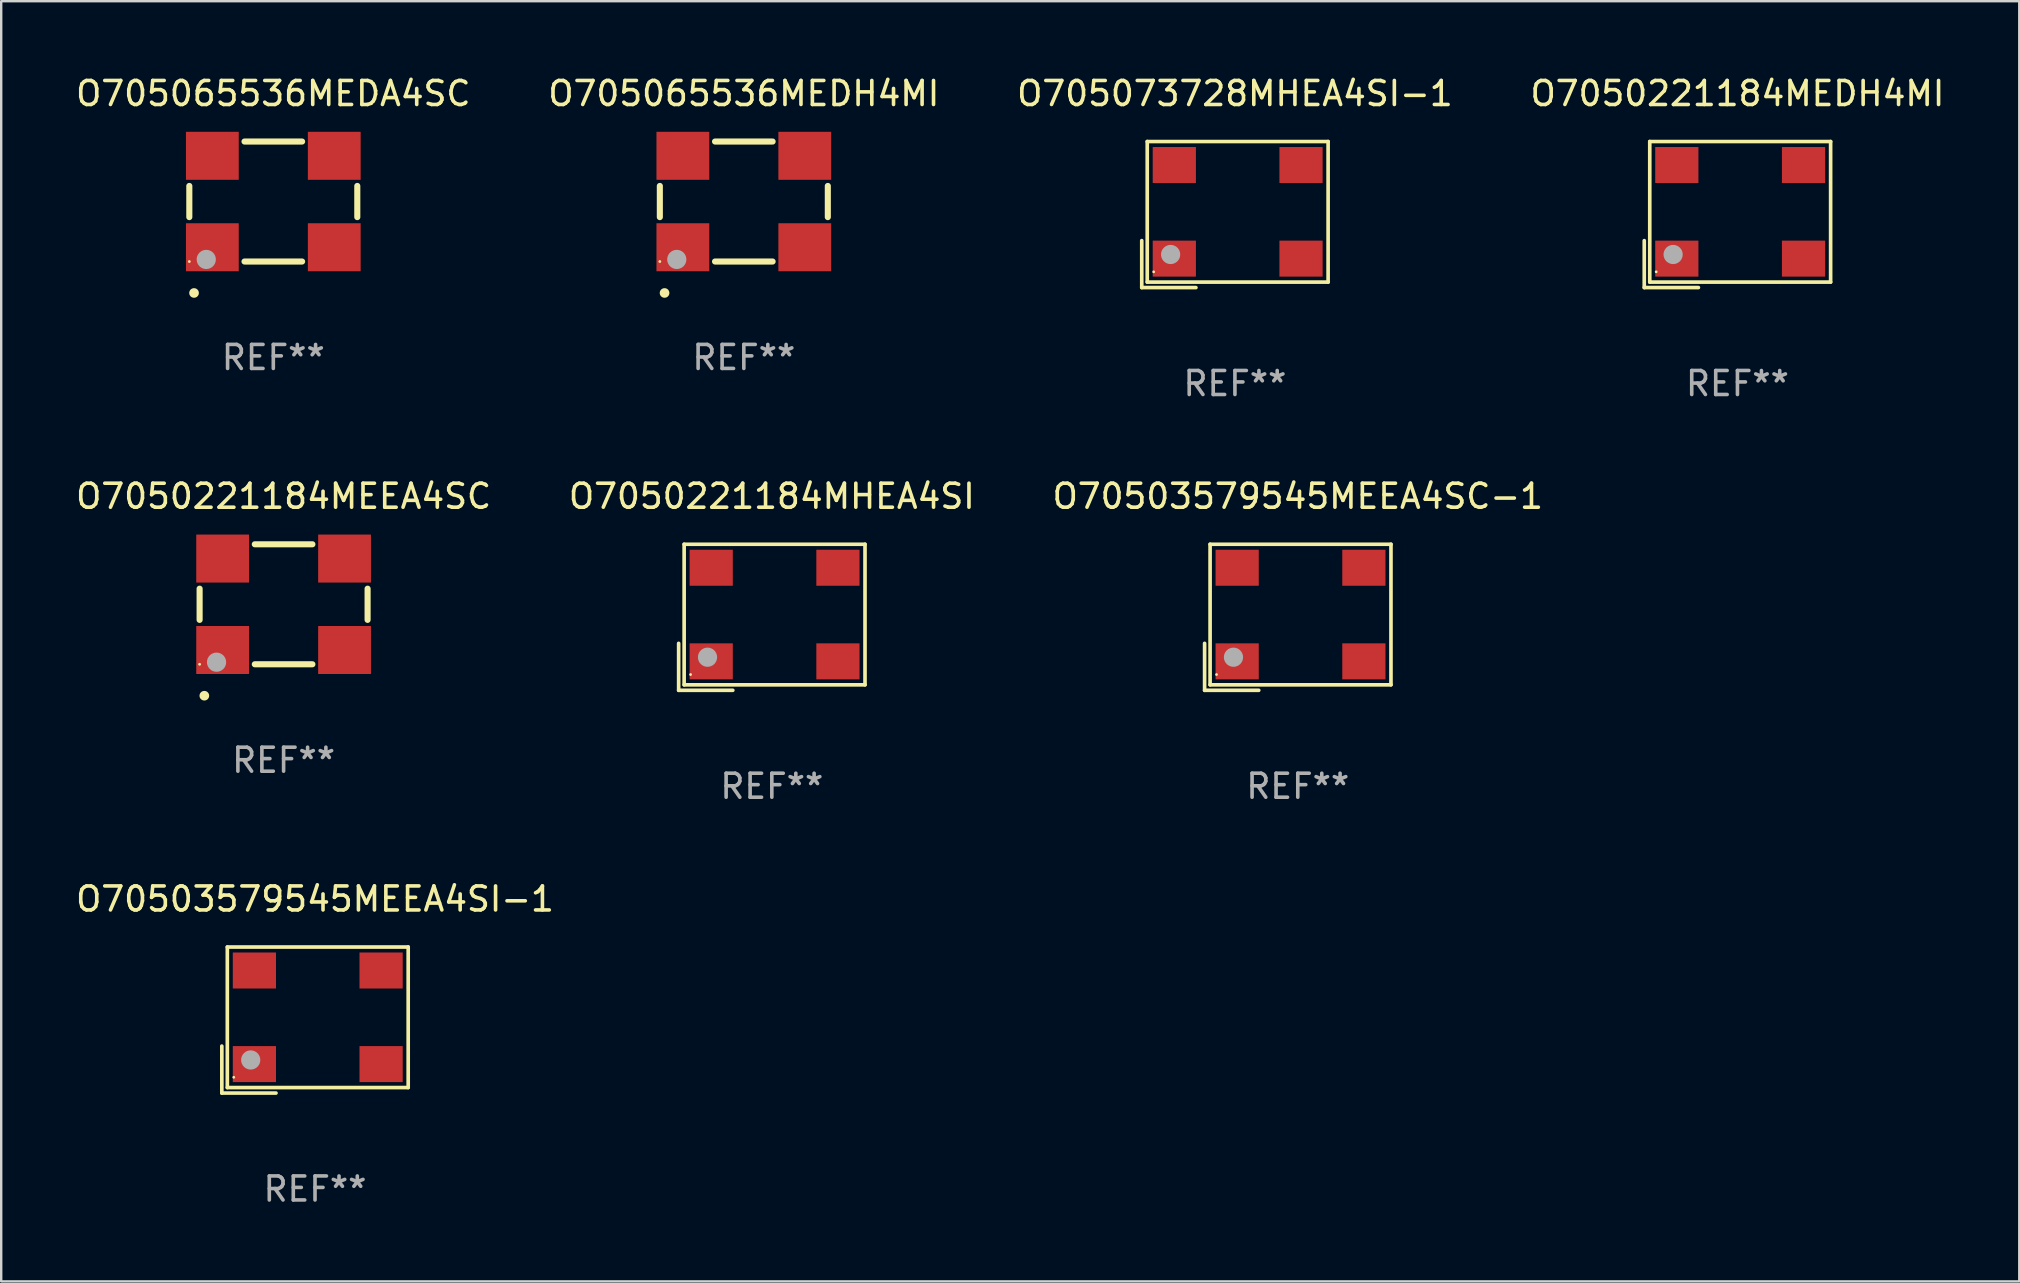
<source format=kicad_pcb>
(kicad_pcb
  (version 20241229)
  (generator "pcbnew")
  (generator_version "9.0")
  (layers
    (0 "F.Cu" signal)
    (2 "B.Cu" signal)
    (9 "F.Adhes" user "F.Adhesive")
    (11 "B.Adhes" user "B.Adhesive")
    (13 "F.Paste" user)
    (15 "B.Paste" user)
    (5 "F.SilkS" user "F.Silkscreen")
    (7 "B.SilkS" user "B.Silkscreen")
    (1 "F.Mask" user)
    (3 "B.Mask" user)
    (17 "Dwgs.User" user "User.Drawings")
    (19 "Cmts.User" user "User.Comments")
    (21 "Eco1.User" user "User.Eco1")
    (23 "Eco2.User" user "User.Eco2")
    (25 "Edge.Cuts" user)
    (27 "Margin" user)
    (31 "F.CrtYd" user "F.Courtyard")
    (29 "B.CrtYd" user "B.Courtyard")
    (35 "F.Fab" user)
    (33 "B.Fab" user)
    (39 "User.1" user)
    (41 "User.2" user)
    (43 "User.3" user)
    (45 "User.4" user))
  (footprint "O705065536MEDH4MI"
    (layer "F.Cu")
    (at 27.946 5.348)
    (property "Reference" "O705065536MEDH4MI" (at 0 -4.5 0) (layer "F.SilkS") (effects (font (size 1 1) (thickness 0.15))))
    (attr through_hole)
    (fp_line (start -3.5 0.65) (end -3.5 -0.65) (stroke (width 0.254) (type solid)) (layer "F.SilkS"))
    (fp_line (start 1.2 -2.5) (end -1.2 -2.5) (stroke (width 0.254) (type solid)) (layer "F.SilkS"))
    (fp_line (start 1.2 2.5) (end -1.2 2.5) (stroke (width 0.254) (type solid)) (layer "F.SilkS"))
    (fp_line (start 3.5 0.65) (end 3.5 -0.65) (stroke (width 0.254) (type solid)) (layer "F.SilkS"))
    (fp_arc (start -3.304547 3.81016) (mid -3.303277 3.810156) (end -3.302007 3.81016) (stroke (width 0.4) (type solid)) (layer "F.SilkS"))
    (fp_circle (center -3.5 2.5) (end -3.47 2.5) (stroke (width 0.06) (type solid)) (fill no) (layer "F.SilkS"))
    (fp_circle (center -2.794 2.413) (end -2.594 2.413) (stroke (width 0.4) (type solid)) (fill no) (layer "F.Fab"))
    (fp_text user "REF**" (at 0 6.5 0) (layer "F.Fab") (effects (font (size 1 1) (thickness 0.15))))
    (pad "1" smd rect (at -2.54 1.905 180) (size 2.2 2) (layers "F.Cu" "F.Mask" "F.Paste"))
    (pad "2" smd rect (at 2.54 1.905 180) (size 2.2 2) (layers "F.Cu" "F.Mask" "F.Paste"))
    (pad "3" smd rect (at 2.54 -1.905 180) (size 2.2 2) (layers "F.Cu" "F.Mask" "F.Paste"))
    (pad "4" smd rect (at -2.54 -1.905 180) (size 2.2 2) (layers "F.Cu" "F.Mask" "F.Paste")))
  (footprint "O705065536MEDA4SC"
    (layer "F.Cu")
    (at 8.339 5.348)
    (property "Reference" "O705065536MEDA4SC" (at 0 -4.5 0) (layer "F.SilkS") (effects (font (size 1 1) (thickness 0.15))))
    (attr through_hole)
    (fp_line (start -3.5 0.65) (end -3.5 -0.65) (stroke (width 0.254) (type solid)) (layer "F.SilkS"))
    (fp_line (start 1.2 -2.5) (end -1.2 -2.5) (stroke (width 0.254) (type solid)) (layer "F.SilkS"))
    (fp_line (start 1.2 2.5) (end -1.2 2.5) (stroke (width 0.254) (type solid)) (layer "F.SilkS"))
    (fp_line (start 3.5 0.65) (end 3.5 -0.65) (stroke (width 0.254) (type solid)) (layer "F.SilkS"))
    (fp_arc (start -3.304547 3.81016) (mid -3.303277 3.810156) (end -3.302007 3.81016) (stroke (width 0.4) (type solid)) (layer "F.SilkS"))
    (fp_circle (center -3.5 2.5) (end -3.47 2.5) (stroke (width 0.06) (type solid)) (fill no) (layer "F.SilkS"))
    (fp_circle (center -2.794 2.413) (end -2.594 2.413) (stroke (width 0.4) (type solid)) (fill no) (layer "F.Fab"))
    (fp_text user "REF**" (at 0 6.5 0) (layer "F.Fab") (effects (font (size 1 1) (thickness 0.15))))
    (pad "1" smd rect (at -2.54 1.905 180) (size 2.2 2) (layers "F.Cu" "F.Mask" "F.Paste"))
    (pad "2" smd rect (at 2.54 1.905 180) (size 2.2 2) (layers "F.Cu" "F.Mask" "F.Paste"))
    (pad "3" smd rect (at 2.54 -1.905 180) (size 2.2 2) (layers "F.Cu" "F.Mask" "F.Paste"))
    (pad "4" smd rect (at -2.54 -1.905 180) (size 2.2 2) (layers "F.Cu" "F.Mask" "F.Paste")))
  (footprint "O70503579545MEEA4SI-1"
    (layer "F.Cu")
    (at 10.077 39.456)
    (property "Reference" "O70503579545MEEA4SI-1" (at 0 -5.043 0) (layer "F.SilkS") (effects (font (size 1 1) (thickness 0.15))))
    (attr through_hole)
    (fp_line (start -3.883 1.086) (end -3.883 3.043) (stroke (width 0.152) (type solid)) (layer "F.SilkS"))
    (fp_line (start -3.883 3.043) (end -1.626 3.043) (stroke (width 0.152) (type solid)) (layer "F.SilkS"))
    (fp_line (start -3.654 -3.043) (end 3.883 -3.043) (stroke (width 0.152) (type solid)) (layer "F.SilkS"))
    (fp_line (start -3.654 2.814) (end -3.654 -3.043) (stroke (width 0.152) (type solid)) (layer "F.SilkS"))
    (fp_line (start 3.883 -3.043) (end 3.883 2.814) (stroke (width 0.152) (type solid)) (layer "F.SilkS"))
    (fp_line (start 3.883 2.814) (end -3.654 2.814) (stroke (width 0.152) (type solid)) (layer "F.SilkS"))
    (fp_circle (center -3.386 2.386) (end -3.356 2.386) (stroke (width 0.06) (type solid)) (fill no) (layer "F.SilkS"))
    (fp_circle (center -2.68 1.664) (end -2.48 1.664) (stroke (width 0.4) (type solid)) (fill no) (layer "F.Fab"))
    (fp_text user "REF**" (at 0 7.043 0) (layer "F.Fab") (effects (font (size 1 1) (thickness 0.15))))
    (pad "1" smd rect (at -2.526 1.836) (size 1.8 1.5) (layers "F.Cu" "F.Mask" "F.Paste"))
    (pad "2" smd rect (at 2.754 1.836) (size 1.8 1.5) (layers "F.Cu" "F.Mask" "F.Paste"))
    (pad "3" smd rect (at 2.754 -2.064) (size 1.8 1.5) (layers "F.Cu" "F.Mask" "F.Paste"))
    (pad "4" smd rect (at -2.526 -2.064) (size 1.8 1.5) (layers "F.Cu" "F.Mask" "F.Paste")))
  (footprint "O705073728MHEA4SI-1"
    (layer "F.Cu")
    (at 48.411 5.891)
    (property "Reference" "O705073728MHEA4SI-1" (at 0 -5.043 0) (layer "F.SilkS") (effects (font (size 1 1) (thickness 0.15))))
    (attr through_hole)
    (fp_line (start -3.883 1.086) (end -3.883 3.043) (stroke (width 0.152) (type solid)) (layer "F.SilkS"))
    (fp_line (start -3.883 3.043) (end -1.626 3.043) (stroke (width 0.152) (type solid)) (layer "F.SilkS"))
    (fp_line (start -3.654 -3.043) (end 3.883 -3.043) (stroke (width 0.152) (type solid)) (layer "F.SilkS"))
    (fp_line (start -3.654 2.814) (end -3.654 -3.043) (stroke (width 0.152) (type solid)) (layer "F.SilkS"))
    (fp_line (start 3.883 -3.043) (end 3.883 2.814) (stroke (width 0.152) (type solid)) (layer "F.SilkS"))
    (fp_line (start 3.883 2.814) (end -3.654 2.814) (stroke (width 0.152) (type solid)) (layer "F.SilkS"))
    (fp_circle (center -3.386 2.386) (end -3.356 2.386) (stroke (width 0.06) (type solid)) (fill no) (layer "F.SilkS"))
    (fp_circle (center -2.68 1.664) (end -2.48 1.664) (stroke (width 0.4) (type solid)) (fill no) (layer "F.Fab"))
    (fp_text user "REF**" (at 0 7.043 0) (layer "F.Fab") (effects (font (size 1 1) (thickness 0.15))))
    (pad "1" smd rect (at -2.526 1.836) (size 1.8 1.5) (layers "F.Cu" "F.Mask" "F.Paste"))
    (pad "2" smd rect (at 2.754 1.836) (size 1.8 1.5) (layers "F.Cu" "F.Mask" "F.Paste"))
    (pad "3" smd rect (at 2.754 -2.064) (size 1.8 1.5) (layers "F.Cu" "F.Mask" "F.Paste"))
    (pad "4" smd rect (at -2.526 -2.064) (size 1.8 1.5) (layers "F.Cu" "F.Mask" "F.Paste")))
  (footprint "O7050221184MHEA4SI"
    (layer "F.Cu")
    (at 29.113 22.673)
    (property "Reference" "O7050221184MHEA4SI" (at 0 -5.043 0) (layer "F.SilkS") (effects (font (size 1 1) (thickness 0.15))))
    (attr through_hole)
    (fp_line (start -3.883 1.086) (end -3.883 3.043) (stroke (width 0.152) (type solid)) (layer "F.SilkS"))
    (fp_line (start -3.883 3.043) (end -1.626 3.043) (stroke (width 0.152) (type solid)) (layer "F.SilkS"))
    (fp_line (start -3.654 -3.043) (end 3.883 -3.043) (stroke (width 0.152) (type solid)) (layer "F.SilkS"))
    (fp_line (start -3.654 2.814) (end -3.654 -3.043) (stroke (width 0.152) (type solid)) (layer "F.SilkS"))
    (fp_line (start 3.883 -3.043) (end 3.883 2.814) (stroke (width 0.152) (type solid)) (layer "F.SilkS"))
    (fp_line (start 3.883 2.814) (end -3.654 2.814) (stroke (width 0.152) (type solid)) (layer "F.SilkS"))
    (fp_circle (center -3.386 2.386) (end -3.356 2.386) (stroke (width 0.06) (type solid)) (fill no) (layer "F.SilkS"))
    (fp_circle (center -2.68 1.664) (end -2.48 1.664) (stroke (width 0.4) (type solid)) (fill no) (layer "F.Fab"))
    (fp_text user "REF**" (at 0 7.043 0) (layer "F.Fab") (effects (font (size 1 1) (thickness 0.15))))
    (pad "1" smd rect (at -2.526 1.836) (size 1.8 1.5) (layers "F.Cu" "F.Mask" "F.Paste"))
    (pad "2" smd rect (at 2.754 1.836) (size 1.8 1.5) (layers "F.Cu" "F.Mask" "F.Paste"))
    (pad "3" smd rect (at 2.754 -2.064) (size 1.8 1.5) (layers "F.Cu" "F.Mask" "F.Paste"))
    (pad "4" smd rect (at -2.526 -2.064) (size 1.8 1.5) (layers "F.Cu" "F.Mask" "F.Paste")))
  (footprint "O7050221184MEDH4MI"
    (layer "F.Cu")
    (at 69.351 5.891)
    (property "Reference" "O7050221184MEDH4MI" (at 0 -5.043 0) (layer "F.SilkS") (effects (font (size 1 1) (thickness 0.15))))
    (attr through_hole)
    (fp_line (start -3.883 1.086) (end -3.883 3.043) (stroke (width 0.152) (type solid)) (layer "F.SilkS"))
    (fp_line (start -3.883 3.043) (end -1.626 3.043) (stroke (width 0.152) (type solid)) (layer "F.SilkS"))
    (fp_line (start -3.654 -3.043) (end 3.883 -3.043) (stroke (width 0.152) (type solid)) (layer "F.SilkS"))
    (fp_line (start -3.654 2.814) (end -3.654 -3.043) (stroke (width 0.152) (type solid)) (layer "F.SilkS"))
    (fp_line (start 3.883 -3.043) (end 3.883 2.814) (stroke (width 0.152) (type solid)) (layer "F.SilkS"))
    (fp_line (start 3.883 2.814) (end -3.654 2.814) (stroke (width 0.152) (type solid)) (layer "F.SilkS"))
    (fp_circle (center -3.386 2.386) (end -3.356 2.386) (stroke (width 0.06) (type solid)) (fill no) (layer "F.SilkS"))
    (fp_circle (center -2.68 1.664) (end -2.48 1.664) (stroke (width 0.4) (type solid)) (fill no) (layer "F.Fab"))
    (fp_text user "REF**" (at 0 7.043 0) (layer "F.Fab") (effects (font (size 1 1) (thickness 0.15))))
    (pad "1" smd rect (at -2.526 1.836) (size 1.8 1.5) (layers "F.Cu" "F.Mask" "F.Paste"))
    (pad "2" smd rect (at 2.754 1.836) (size 1.8 1.5) (layers "F.Cu" "F.Mask" "F.Paste"))
    (pad "3" smd rect (at 2.754 -2.064) (size 1.8 1.5) (layers "F.Cu" "F.Mask" "F.Paste"))
    (pad "4" smd rect (at -2.526 -2.064) (size 1.8 1.5) (layers "F.Cu" "F.Mask" "F.Paste")))
  (footprint "O7050221184MEEA4SC"
    (layer "F.Cu")
    (at 8.768 22.131)
    (property "Reference" "O7050221184MEEA4SC" (at 0 -4.5 0) (layer "F.SilkS") (effects (font (size 1 1) (thickness 0.15))))
    (attr through_hole)
    (fp_line (start -3.5 0.65) (end -3.5 -0.65) (stroke (width 0.254) (type solid)) (layer "F.SilkS"))
    (fp_line (start 1.2 -2.5) (end -1.2 -2.5) (stroke (width 0.254) (type solid)) (layer "F.SilkS"))
    (fp_line (start 1.2 2.5) (end -1.2 2.5) (stroke (width 0.254) (type solid)) (layer "F.SilkS"))
    (fp_line (start 3.5 0.65) (end 3.5 -0.65) (stroke (width 0.254) (type solid)) (layer "F.SilkS"))
    (fp_arc (start -3.304547 3.81016) (mid -3.303277 3.810156) (end -3.302007 3.81016) (stroke (width 0.4) (type solid)) (layer "F.SilkS"))
    (fp_circle (center -3.5 2.5) (end -3.47 2.5) (stroke (width 0.06) (type solid)) (fill no) (layer "F.SilkS"))
    (fp_circle (center -2.794 2.413) (end -2.594 2.413) (stroke (width 0.4) (type solid)) (fill no) (layer "F.Fab"))
    (fp_text user "REF**" (at 0 6.5 0) (layer "F.Fab") (effects (font (size 1 1) (thickness 0.15))))
    (pad "1" smd rect (at -2.54 1.905 180) (size 2.2 2) (layers "F.Cu" "F.Mask" "F.Paste"))
    (pad "2" smd rect (at 2.54 1.905 180) (size 2.2 2) (layers "F.Cu" "F.Mask" "F.Paste"))
    (pad "3" smd rect (at 2.54 -1.905 180) (size 2.2 2) (layers "F.Cu" "F.Mask" "F.Paste"))
    (pad "4" smd rect (at -2.54 -1.905 180) (size 2.2 2) (layers "F.Cu" "F.Mask" "F.Paste")))
  (footprint "O70503579545MEEA4SC-1"
    (layer "F.Cu")
    (at 51.03 22.673)
    (property "Reference" "O70503579545MEEA4SC-1" (at 0 -5.043 0) (layer "F.SilkS") (effects (font (size 1 1) (thickness 0.15))))
    (attr through_hole)
    (fp_line (start -3.883 1.086) (end -3.883 3.043) (stroke (width 0.152) (type solid)) (layer "F.SilkS"))
    (fp_line (start -3.883 3.043) (end -1.626 3.043) (stroke (width 0.152) (type solid)) (layer "F.SilkS"))
    (fp_line (start -3.654 -3.043) (end 3.883 -3.043) (stroke (width 0.152) (type solid)) (layer "F.SilkS"))
    (fp_line (start -3.654 2.814) (end -3.654 -3.043) (stroke (width 0.152) (type solid)) (layer "F.SilkS"))
    (fp_line (start 3.883 -3.043) (end 3.883 2.814) (stroke (width 0.152) (type solid)) (layer "F.SilkS"))
    (fp_line (start 3.883 2.814) (end -3.654 2.814) (stroke (width 0.152) (type solid)) (layer "F.SilkS"))
    (fp_circle (center -3.386 2.386) (end -3.356 2.386) (stroke (width 0.06) (type solid)) (fill no) (layer "F.SilkS"))
    (fp_circle (center -2.68 1.664) (end -2.48 1.664) (stroke (width 0.4) (type solid)) (fill no) (layer "F.Fab"))
    (fp_text user "REF**" (at 0 7.043 0) (layer "F.Fab") (effects (font (size 1 1) (thickness 0.15))))
    (pad "1" smd rect (at -2.526 1.836) (size 1.8 1.5) (layers "F.Cu" "F.Mask" "F.Paste"))
    (pad "2" smd rect (at 2.754 1.836) (size 1.8 1.5) (layers "F.Cu" "F.Mask" "F.Paste"))
    (pad "3" smd rect (at 2.754 -2.064) (size 1.8 1.5) (layers "F.Cu" "F.Mask" "F.Paste"))
    (pad "4" smd rect (at -2.526 -2.064) (size 1.8 1.5) (layers "F.Cu" "F.Mask" "F.Paste")))
  (gr_rect
    (start -3 -3)
    (end 81.095 50.347)
    (stroke (width 0.1) (type default))
    (fill no)
    (layer "Edge.Cuts")))
</source>
